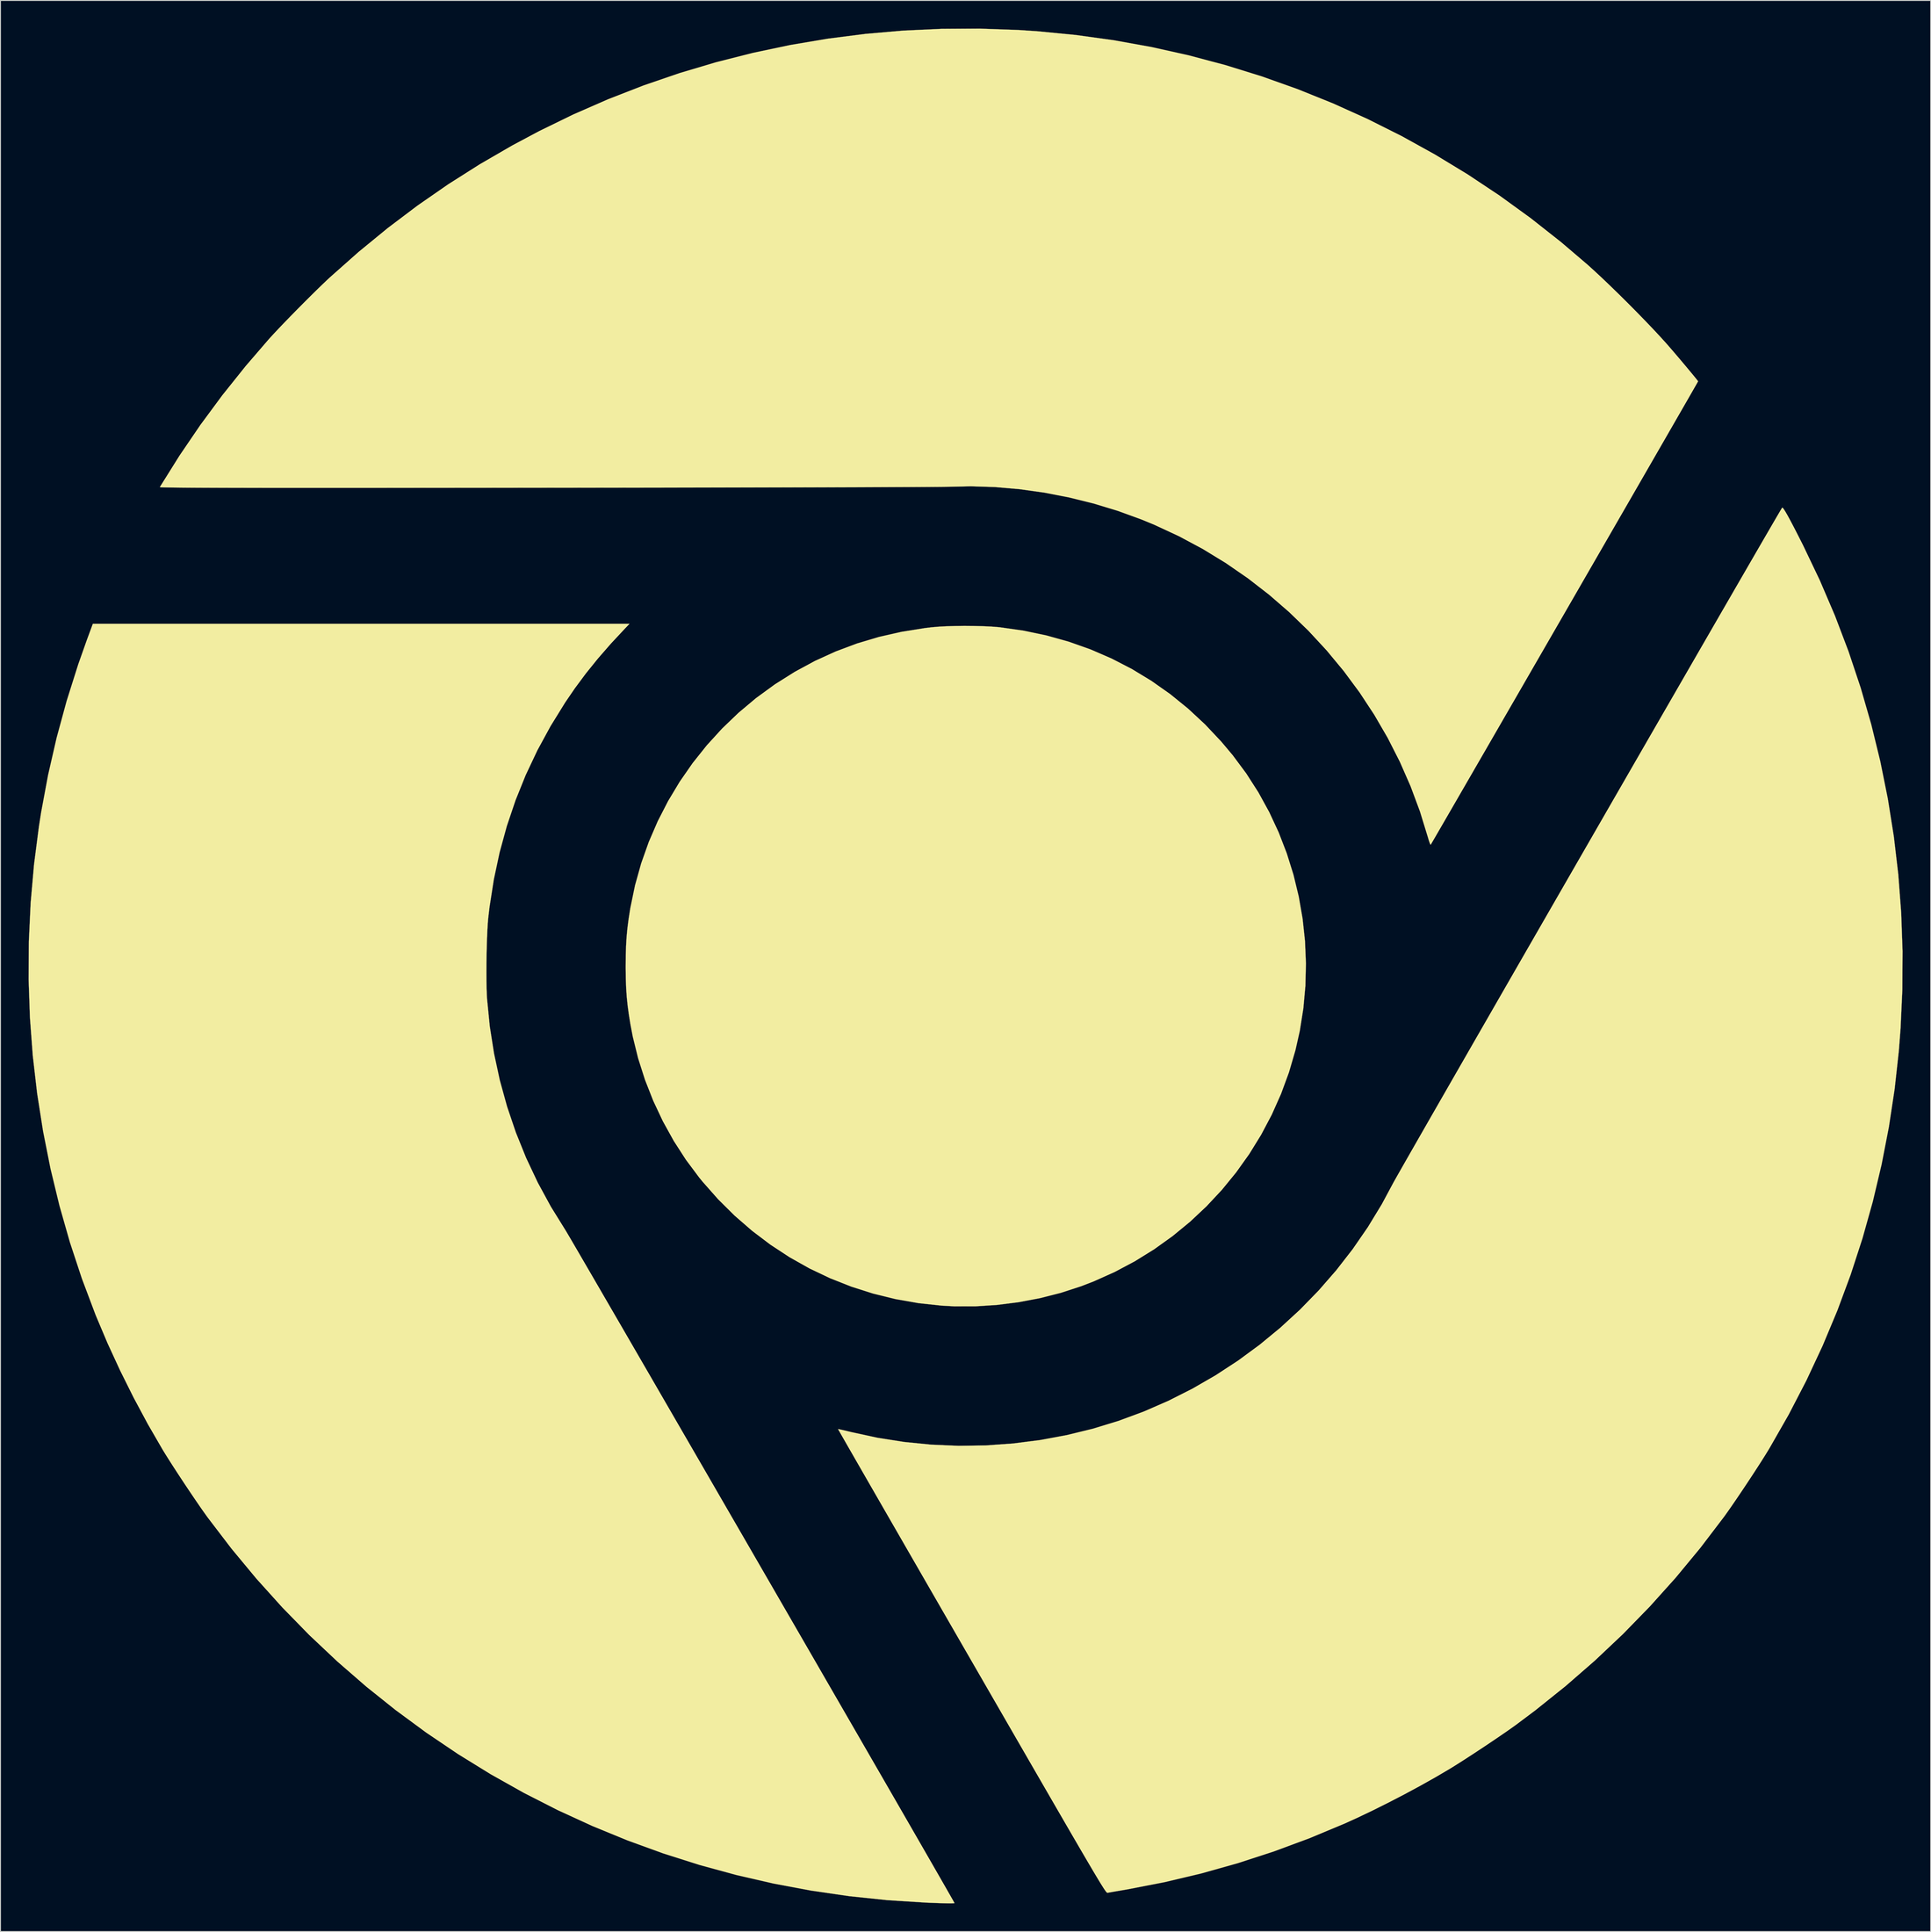
<source format=kicad_pcb>
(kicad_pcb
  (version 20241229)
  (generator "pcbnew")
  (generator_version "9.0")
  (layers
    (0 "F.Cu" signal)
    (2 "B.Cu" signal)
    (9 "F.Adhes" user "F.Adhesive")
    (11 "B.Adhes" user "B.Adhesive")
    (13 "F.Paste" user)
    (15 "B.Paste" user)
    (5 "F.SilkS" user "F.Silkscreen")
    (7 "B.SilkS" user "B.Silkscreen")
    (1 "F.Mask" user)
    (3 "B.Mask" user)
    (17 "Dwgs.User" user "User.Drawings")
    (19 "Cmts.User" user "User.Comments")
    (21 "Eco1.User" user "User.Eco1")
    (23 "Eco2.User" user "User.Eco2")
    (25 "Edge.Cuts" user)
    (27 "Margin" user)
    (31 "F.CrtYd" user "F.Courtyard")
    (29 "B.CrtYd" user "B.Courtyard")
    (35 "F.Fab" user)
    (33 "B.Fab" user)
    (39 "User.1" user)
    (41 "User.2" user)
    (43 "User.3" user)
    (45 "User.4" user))
  (footprint "chrome3_20x20_B"
    (layer "F.Cu")
    (at 99.972 99.976)
    (property "Reference" "chrome3_20x20_B" (at 0 0 0) (layer "F.SilkS") (effects (font (size 1.524 1.524) (thickness 0.3))))
    (attr through_hole)
    (fp_poly (pts (xy 0.856 -36.263) (xy 1.812 -36.24) (xy 2.694 -36.199) (xy 3.46 -36.141) (xy 3.641 -36.123) (xy 6.158 -35.766) (xy 8.613 -35.252) (xy 11.002 -34.584) (xy 13.322 -33.763) (xy 15.567 -32.791) (xy 17.736 -31.672) (xy 19.822 -30.406) (xy 21.824 -28.996) (xy 23.736 -27.445) (xy 25.556 -25.753) (xy 27.278 -23.924) (xy 28.501 -22.468) (xy 29.939 -20.534) (xy 31.236 -18.512) (xy 32.39 -16.412) (xy 33.4 -14.243) (xy 34.262 -12.012) (xy 34.977 -9.731) (xy 35.54 -7.406) (xy 35.951 -5.049) (xy 36.208 -2.667) (xy 36.308 -0.269) (xy 36.25 2.135) (xy 36.032 4.536) (xy 35.652 6.926) (xy 35.187 8.989) (xy 34.495 11.351) (xy 33.651 13.645) (xy 32.661 15.864) (xy 31.53 18.002) (xy 30.263 20.055) (xy 28.865 22.014) (xy 27.344 23.876) (xy 25.702 25.633) (xy 23.948 27.279) (xy 22.084 28.809) (xy 20.118 30.217) (xy 18.055 31.496) (xy 15.899 32.641) (xy 13.657 33.646) (xy 12.306 34.166) (xy 10.157 34.865) (xy 7.932 35.431) (xy 5.657 35.861) (xy 3.359 36.153) (xy 1.066 36.301) (xy -1.198 36.303) (xy -2.54 36.231) (xy -5.034 35.962) (xy -7.479 35.532) (xy -9.87 34.944) (xy -12.2 34.2) (xy -14.466 33.304) (xy -16.662 32.259) (xy -18.782 31.066) (xy -20.823 29.728) (xy -22.778 28.249) (xy -24.642 26.631) (xy -26.411 24.876) (xy -28.079 22.988) (xy -28.424 22.564) (xy -29.842 20.666) (xy -31.136 18.661) (xy -32.298 16.563) (xy -33.323 14.386) (xy -34.205 12.145) (xy -34.937 9.853) (xy -35.512 7.524) (xy -35.761 6.223) (xy -35.928 5.187) (xy -36.057 4.232) (xy -36.152 3.311) (xy -36.216 2.376) (xy -36.253 1.38) (xy -36.267 0.274) (xy -36.267 0) (xy -36.258 -1.138) (xy -36.226 -2.156) (xy -36.169 -3.1) (xy -36.082 -4.02) (xy -35.961 -4.963) (xy -35.803 -5.976) (xy -35.761 -6.223) (xy -35.267 -8.604) (xy -34.613 -10.939) (xy -33.805 -13.218) (xy -32.846 -15.436) (xy -31.743 -17.583) (xy -30.5 -19.653) (xy -29.122 -21.637) (xy -27.614 -23.528) (xy -25.981 -25.319) (xy -24.228 -27.001) (xy -22.36 -28.568) (xy -20.382 -30.01) (xy -20.313 -30.057) (xy -18.215 -31.377) (xy -16.064 -32.539) (xy -13.854 -33.544) (xy -11.582 -34.395) (xy -9.241 -35.093) (xy -6.828 -35.64) (xy -4.336 -36.038) (xy -3.624 -36.123) (xy -2.903 -36.185) (xy -2.054 -36.231) (xy -1.117 -36.259) (xy -0.134 -36.27) (xy 0.856 -36.263)) (stroke (width 0.01) (type solid)) (fill yes) (layer "F.SilkS"))
    (fp_poly (pts (xy -36.329 -36.005) (xy -37.85 -34.374) (xy -39.235 -32.784) (xy -40.507 -31.209) (xy -41.686 -29.622) (xy -42.72 -28.109) (xy -44.286 -25.577) (xy -45.692 -22.995) (xy -46.937 -20.359) (xy -48.022 -17.668) (xy -48.95 -14.919) (xy -49.721 -12.108) (xy -50.335 -9.233) (xy -50.794 -6.291) (xy -50.932 -5.122) (xy -50.98 -4.558) (xy -51.023 -3.855) (xy -51.059 -3.044) (xy -51.088 -2.157) (xy -51.109 -1.223) (xy -51.122 -0.273) (xy -51.126 0.661) (xy -51.122 1.549) (xy -51.108 2.361) (xy -51.084 3.066) (xy -51.059 3.505) (xy -50.77 6.432) (xy -50.316 9.327) (xy -49.7 12.184) (xy -48.923 14.996) (xy -47.987 17.758) (xy -46.895 20.462) (xy -45.649 23.102) (xy -44.251 25.672) (xy -42.713 28.152) (xy -42.636 28.276) (xy -42.479 28.541) (xy -42.245 28.939) (xy -41.937 29.465) (xy -41.557 30.115) (xy -41.11 30.883) (xy -40.598 31.763) (xy -40.024 32.749) (xy -39.391 33.838) (xy -38.704 35.022) (xy -37.964 36.297) (xy -37.174 37.657) (xy -36.339 39.096) (xy -35.461 40.611) (xy -34.544 42.194) (xy -33.589 43.84) (xy -32.602 45.545) (xy -31.584 47.303) (xy -30.539 49.108) (xy -29.469 50.954) (xy -28.379 52.837) (xy -27.271 54.751) (xy -26.149 56.691) (xy -25.015 58.651) (xy -23.872 60.625) (xy -22.725 62.609) (xy -21.575 64.597) (xy -20.426 66.583) (xy -19.282 68.563) (xy -18.144 70.53) (xy -17.017 72.479) (xy -15.904 74.405) (xy -14.808 76.303) (xy -13.731 78.167) (xy -12.677 79.991) (xy -11.649 81.77) (xy -10.651 83.499) (xy -9.685 85.172) (xy -8.754 86.784) (xy -7.862 88.33) (xy -7.012 89.804) (xy -6.207 91.2) (xy -5.45 92.514) (xy -4.744 93.739) (xy -4.092 94.871) (xy -3.498 95.904) (xy -2.964 96.832) (xy -2.494 97.651) (xy -2.091 98.354) (xy -1.758 98.936) (xy -1.498 99.392) (xy -1.314 99.717) (xy -1.21 99.905) (xy -1.185 99.953) (xy -1.268 99.971) (xy -1.509 99.979) (xy -1.898 99.978) (xy -2.424 99.967) (xy -3.076 99.946) (xy -3.844 99.917) (xy -4.214 99.902) (xy -8.339 99.639) (xy -12.432 99.211) (xy -16.487 98.62) (xy -20.502 97.867) (xy -24.473 96.953) (xy -28.394 95.882) (xy -32.263 94.653) (xy -36.075 93.268) (xy -39.826 91.729) (xy -43.513 90.038) (xy -47.131 88.195) (xy -50.676 86.204) (xy -54.145 84.064) (xy -57.533 81.778) (xy -60.836 79.347) (xy -63.939 76.866) (xy -67.038 74.176) (xy -70.027 71.359) (xy -72.904 68.415) (xy -75.667 65.348) (xy -78.312 62.162) (xy -80.837 58.858) (xy -80.918 58.747) (xy -81.304 58.209) (xy -81.76 57.555) (xy -82.268 56.813) (xy -82.809 56.012) (xy -83.365 55.18) (xy -83.916 54.344) (xy -84.445 53.533) (xy -84.931 52.776) (xy -85.358 52.099) (xy -85.687 51.562) (xy -87.249 48.863) (xy -88.762 46.044) (xy -90.202 43.154) (xy -91.545 40.241) (xy -92.767 37.352) (xy -92.848 37.15) (xy -94.286 33.335) (xy -95.563 29.469) (xy -96.679 25.557) (xy -97.634 21.605) (xy -98.426 17.618) (xy -99.057 13.602) (xy -99.524 9.562) (xy -99.827 5.503) (xy -99.967 1.432) (xy -99.941 -2.648) (xy -99.75 -6.729) (xy -99.392 -10.807) (xy -98.868 -14.877) (xy -98.632 -16.383) (xy -97.889 -20.369) (xy -96.979 -24.336) (xy -95.906 -28.275) (xy -94.671 -32.176) (xy -93.75 -34.777) (xy -93.116 -36.491) (xy -64.489 -36.491) (xy -35.862 -36.491) (xy -36.329 -36.005)) (stroke (width 0.01) (type solid)) (fill yes) (layer "F.SilkS"))
    (fp_poly (pts (xy 5.608 -99.827) (xy 7.662 -99.691) (xy 11.757 -99.294) (xy 15.816 -98.733) (xy 19.835 -98.008) (xy 23.81 -97.122) (xy 27.737 -96.077) (xy 31.612 -94.874) (xy 35.432 -93.514) (xy 39.193 -91.999) (xy 42.89 -90.331) (xy 46.521 -88.512) (xy 50.08 -86.543) (xy 53.566 -84.425) (xy 56.972 -82.161) (xy 60.296 -79.752) (xy 63.534 -77.199) (xy 66.336 -74.811) (xy 67.065 -74.153) (xy 67.881 -73.393) (xy 68.761 -72.554) (xy 69.681 -71.658) (xy 70.617 -70.731) (xy 71.547 -69.794) (xy 72.446 -68.873) (xy 73.291 -67.989) (xy 74.06 -67.167) (xy 74.728 -66.43) (xy 74.811 -66.336) (xy 75.11 -65.994) (xy 75.456 -65.593) (xy 75.833 -65.152) (xy 76.227 -64.688) (xy 76.621 -64.221) (xy 77 -63.768) (xy 77.35 -63.348) (xy 77.655 -62.98) (xy 77.899 -62.68) (xy 78.067 -62.468) (xy 78.144 -62.362) (xy 78.147 -62.354) (xy 78.106 -62.278) (xy 77.983 -62.062) (xy 77.783 -61.713) (xy 77.51 -61.236) (xy 77.167 -60.639) (xy 76.758 -59.928) (xy 76.287 -59.11) (xy 75.758 -58.191) (xy 75.174 -57.177) (xy 74.54 -56.076) (xy 73.858 -54.893) (xy 73.133 -53.635) (xy 72.369 -52.31) (xy 71.569 -50.922) (xy 70.737 -49.479) (xy 69.876 -47.988) (xy 68.992 -46.455) (xy 68.087 -44.886) (xy 67.164 -43.287) (xy 66.229 -41.667) (xy 65.285 -40.03) (xy 64.335 -38.384) (xy 63.383 -36.735) (xy 62.433 -35.09) (xy 61.489 -33.454) (xy 60.554 -31.836) (xy 59.633 -30.24) (xy 58.729 -28.674) (xy 57.845 -27.145) (xy 56.986 -25.658) (xy 56.156 -24.221) (xy 55.358 -22.839) (xy 54.595 -21.52) (xy 53.872 -20.269) (xy 53.193 -19.095) (xy 52.561 -18.002) (xy 51.98 -16.997) (xy 51.454 -16.088) (xy 50.986 -15.28) (xy 50.58 -14.58) (xy 50.241 -13.995) (xy 49.971 -13.531) (xy 49.775 -13.195) (xy 49.657 -12.993) (xy 49.619 -12.931) (xy 49.575 -12.98) (xy 49.499 -13.162) (xy 49.404 -13.447) (xy 49.32 -13.735) (xy 48.475 -16.481) (xy 47.476 -19.164) (xy 46.327 -21.781) (xy 45.033 -24.324) (xy 43.601 -26.789) (xy 42.035 -29.169) (xy 40.34 -31.458) (xy 38.521 -33.652) (xy 36.584 -35.743) (xy 34.535 -37.727) (xy 32.377 -39.598) (xy 30.116 -41.349) (xy 27.758 -42.975) (xy 25.308 -44.471) (xy 22.771 -45.83) (xy 20.151 -47.047) (xy 18.754 -47.623) (xy 16.244 -48.536) (xy 13.672 -49.318) (xy 11.056 -49.967) (xy 8.417 -50.479) (xy 5.774 -50.851) (xy 3.147 -51.079) (xy 0.556 -51.16) (xy -1.566 -51.113) (xy -1.743 -51.108) (xy -2.083 -51.104) (xy -2.582 -51.099) (xy -3.235 -51.095) (xy -4.035 -51.09) (xy -4.977 -51.085) (xy -6.057 -51.08) (xy -7.269 -51.076) (xy -8.607 -51.071) (xy -10.067 -51.066) (xy -11.642 -51.061) (xy -13.327 -51.057) (xy -15.118 -51.052) (xy -17.008 -51.048) (xy -18.992 -51.043) (xy -21.066 -51.039) (xy -23.223 -51.035) (xy -25.458 -51.031) (xy -27.766 -51.027) (xy -30.142 -51.023) (xy -32.58 -51.019) (xy -35.074 -51.016) (xy -37.62 -51.013) (xy -40.213 -51.01) (xy -42.846 -51.007) (xy -44.519 -51.006) (xy -47.781 -51.003) (xy -50.876 -51) (xy -53.811 -50.998) (xy -56.587 -50.996) (xy -59.21 -50.994) (xy -61.682 -50.992) (xy -64.008 -50.991) (xy -66.192 -50.991) (xy -68.237 -50.99) (xy -70.147 -50.99) (xy -71.926 -50.991) (xy -73.578 -50.991) (xy -75.107 -50.992) (xy -76.517 -50.994) (xy -77.811 -50.996) (xy -78.994 -50.998) (xy -80.068 -51.001) (xy -81.039 -51.004) (xy -81.909 -51.007) (xy -82.683 -51.011) (xy -83.364 -51.015) (xy -83.957 -51.02) (xy -84.465 -51.025) (xy -84.892 -51.031) (xy -85.242 -51.037) (xy -85.518 -51.043) (xy -85.725 -51.05) (xy -85.867 -51.058) (xy -85.947 -51.066) (xy -85.969 -51.074) (xy -83.867 -54.433) (xy -81.647 -57.694) (xy -79.296 -60.875) (xy -76.802 -63.991) (xy -74.344 -66.844) (xy -73.906 -67.325) (xy -73.367 -67.901) (xy -72.749 -68.548) (xy -72.074 -69.245) (xy -71.364 -69.969) (xy -70.641 -70.699) (xy -69.927 -71.411) (xy -69.244 -72.084) (xy -68.614 -72.696) (xy -68.059 -73.223) (xy -67.818 -73.447) (xy -64.765 -76.152) (xy -61.651 -78.703) (xy -58.465 -81.107) (xy -55.196 -83.372) (xy -51.834 -85.504) (xy -48.368 -87.512) (xy -45.508 -89.036) (xy -41.855 -90.817) (xy -38.135 -92.443) (xy -34.354 -93.914) (xy -30.518 -95.228) (xy -26.631 -96.385) (xy -22.7 -97.382) (xy -18.73 -98.22) (xy -14.727 -98.896) (xy -10.695 -99.411) (xy -6.64 -99.762) (xy -2.567 -99.95) (xy 1.517 -99.971) (xy 5.608 -99.827)) (stroke (width 0.01) (type solid)) (fill yes) (layer "F.SilkS"))
    (fp_poly (pts (xy 87.182 -48.858) (xy 87.297 -48.713) (xy 87.47 -48.44) (xy 87.702 -48.036) (xy 87.995 -47.497) (xy 88.353 -46.818) (xy 88.776 -45.994) (xy 89.269 -45.023) (xy 89.365 -44.831) (xy 91.137 -41.12) (xy 92.75 -37.354) (xy 94.201 -33.537) (xy 95.492 -29.673) (xy 96.621 -25.764) (xy 97.588 -21.816) (xy 98.391 -17.83) (xy 99.031 -13.811) (xy 99.506 -9.761) (xy 99.816 -5.686) (xy 99.961 -1.587) (xy 99.939 2.532) (xy 99.75 6.666) (xy 99.565 9.059) (xy 99.118 13.124) (xy 98.505 17.161) (xy 97.728 21.164) (xy 96.787 25.13) (xy 95.686 29.052) (xy 94.425 32.927) (xy 93.006 36.748) (xy 91.431 40.511) (xy 89.701 44.211) (xy 87.818 47.843) (xy 85.783 51.402) (xy 85.687 51.562) (xy 85.335 52.136) (xy 84.905 52.818) (xy 84.415 53.579) (xy 83.885 54.392) (xy 83.333 55.228) (xy 82.777 56.06) (xy 82.238 56.858) (xy 81.732 57.596) (xy 81.279 58.244) (xy 80.918 58.747) (xy 78.392 62.062) (xy 75.754 65.251) (xy 73 68.317) (xy 70.129 71.261) (xy 67.138 74.086) (xy 64.025 76.794) (xy 60.788 79.388) (xy 58.747 80.918) (xy 58.209 81.304) (xy 57.555 81.76) (xy 56.813 82.268) (xy 56.012 82.809) (xy 55.18 83.365) (xy 54.344 83.916) (xy 53.533 84.445) (xy 52.776 84.931) (xy 52.099 85.358) (xy 51.562 85.687) (xy 50.081 86.556) (xy 48.489 87.449) (xy 46.827 88.345) (xy 45.137 89.221) (xy 43.461 90.058) (xy 41.839 90.832) (xy 40.464 91.457) (xy 36.708 93.025) (xy 32.899 94.438) (xy 29.044 95.693) (xy 25.154 96.787) (xy 21.237 97.717) (xy 17.301 98.481) (xy 17.103 98.515) (xy 16.567 98.607) (xy 16.077 98.691) (xy 15.662 98.763) (xy 15.349 98.818) (xy 15.168 98.851) (xy 15.148 98.855) (xy 15.126 98.855) (xy 15.1 98.846) (xy 15.066 98.822) (xy 15.023 98.779) (xy 14.967 98.711) (xy 14.896 98.616) (xy 14.808 98.488) (xy 14.698 98.322) (xy 14.566 98.113) (xy 14.407 97.858) (xy 14.22 97.552) (xy 14.002 97.19) (xy 13.749 96.767) (xy 13.46 96.279) (xy 13.131 95.721) (xy 12.76 95.089) (xy 12.344 94.378) (xy 11.881 93.583) (xy 11.367 92.7) (xy 10.801 91.725) (xy 10.179 90.652) (xy 9.498 89.477) (xy 8.757 88.196) (xy 7.952 86.804) (xy 7.08 85.296) (xy 6.14 83.668) (xy 5.127 81.915) (xy 4.04 80.032) (xy 2.876 78.015) (xy 1.632 75.86) (xy 0.649 74.157) (xy -0.445 72.262) (xy -1.517 70.404) (xy -2.564 68.589) (xy -3.583 66.823) (xy -4.57 65.111) (xy -5.523 63.457) (xy -6.439 61.869) (xy -7.314 60.35) (xy -8.146 58.907) (xy -8.931 57.544) (xy -9.666 56.267) (xy -10.349 55.082) (xy -10.975 53.993) (xy -11.543 53.006) (xy -12.048 52.127) (xy -12.489 51.36) (xy -12.861 50.711) (xy -13.161 50.186) (xy -13.388 49.79) (xy -13.537 49.527) (xy -13.605 49.404) (xy -13.609 49.395) (xy -13.524 49.407) (xy -13.303 49.455) (xy -12.972 49.53) (xy -12.561 49.629) (xy -12.234 49.709) (xy -9.405 50.322) (xy -6.544 50.772) (xy -3.658 51.058) (xy -0.758 51.18) (xy 2.147 51.139) (xy 5.048 50.934) (xy 7.936 50.567) (xy 10.801 50.036) (xy 13.578 49.358) (xy 16.325 48.518) (xy 19.014 47.523) (xy 21.639 46.378) (xy 24.194 45.088) (xy 26.671 43.659) (xy 29.064 42.096) (xy 31.367 40.405) (xy 33.572 38.59) (xy 35.675 36.658) (xy 37.667 34.614) (xy 39.542 32.462) (xy 41.294 30.209) (xy 42.915 27.859) (xy 44.401 25.419) (xy 45.565 23.251) (xy 45.641 23.109) (xy 45.798 22.829) (xy 46.032 22.414) (xy 46.341 21.872) (xy 46.72 21.206) (xy 47.167 20.423) (xy 47.679 19.528) (xy 48.253 18.526) (xy 48.885 17.422) (xy 49.572 16.223) (xy 50.312 14.934) (xy 51.101 13.56) (xy 51.936 12.106) (xy 52.814 10.578) (xy 53.731 8.982) (xy 54.685 7.322) (xy 55.673 5.605) (xy 56.69 3.835) (xy 57.735 2.018) (xy 58.804 0.16) (xy 59.894 -1.734) (xy 61.002 -3.658) (xy 62.125 -5.608) (xy 63.259 -7.578) (xy 64.401 -9.561) (xy 65.549 -11.554) (xy 66.699 -13.55) (xy 67.848 -15.544) (xy 68.992 -17.531) (xy 70.13 -19.504) (xy 71.257 -21.46) (xy 72.371 -23.391) (xy 73.468 -25.294) (xy 74.545 -27.162) (xy 75.6 -28.989) (xy 76.628 -30.771) (xy 77.627 -32.503) (xy 78.594 -34.178) (xy 79.526 -35.791) (xy 80.418 -37.337) (xy 81.27 -38.81) (xy 82.076 -40.205) (xy 82.835 -41.517) (xy 83.542 -42.739) (xy 84.195 -43.867) (xy 84.791 -44.896) (xy 85.327 -45.819) (xy 85.799 -46.631) (xy 86.204 -47.328) (xy 86.539 -47.902) (xy 86.802 -48.35) (xy 86.988 -48.665) (xy 87.095 -48.843) (xy 87.12 -48.881) (xy 87.182 -48.858)) (stroke (width 0.01) (type solid)) (fill yes) (layer "F.SilkS")))
  (gr_rect
    (start -3 -3)
    (end 202.937 202.96)
    (stroke (width 0.1) (type default))
    (fill no)
    (layer "Edge.Cuts")))
</source>
